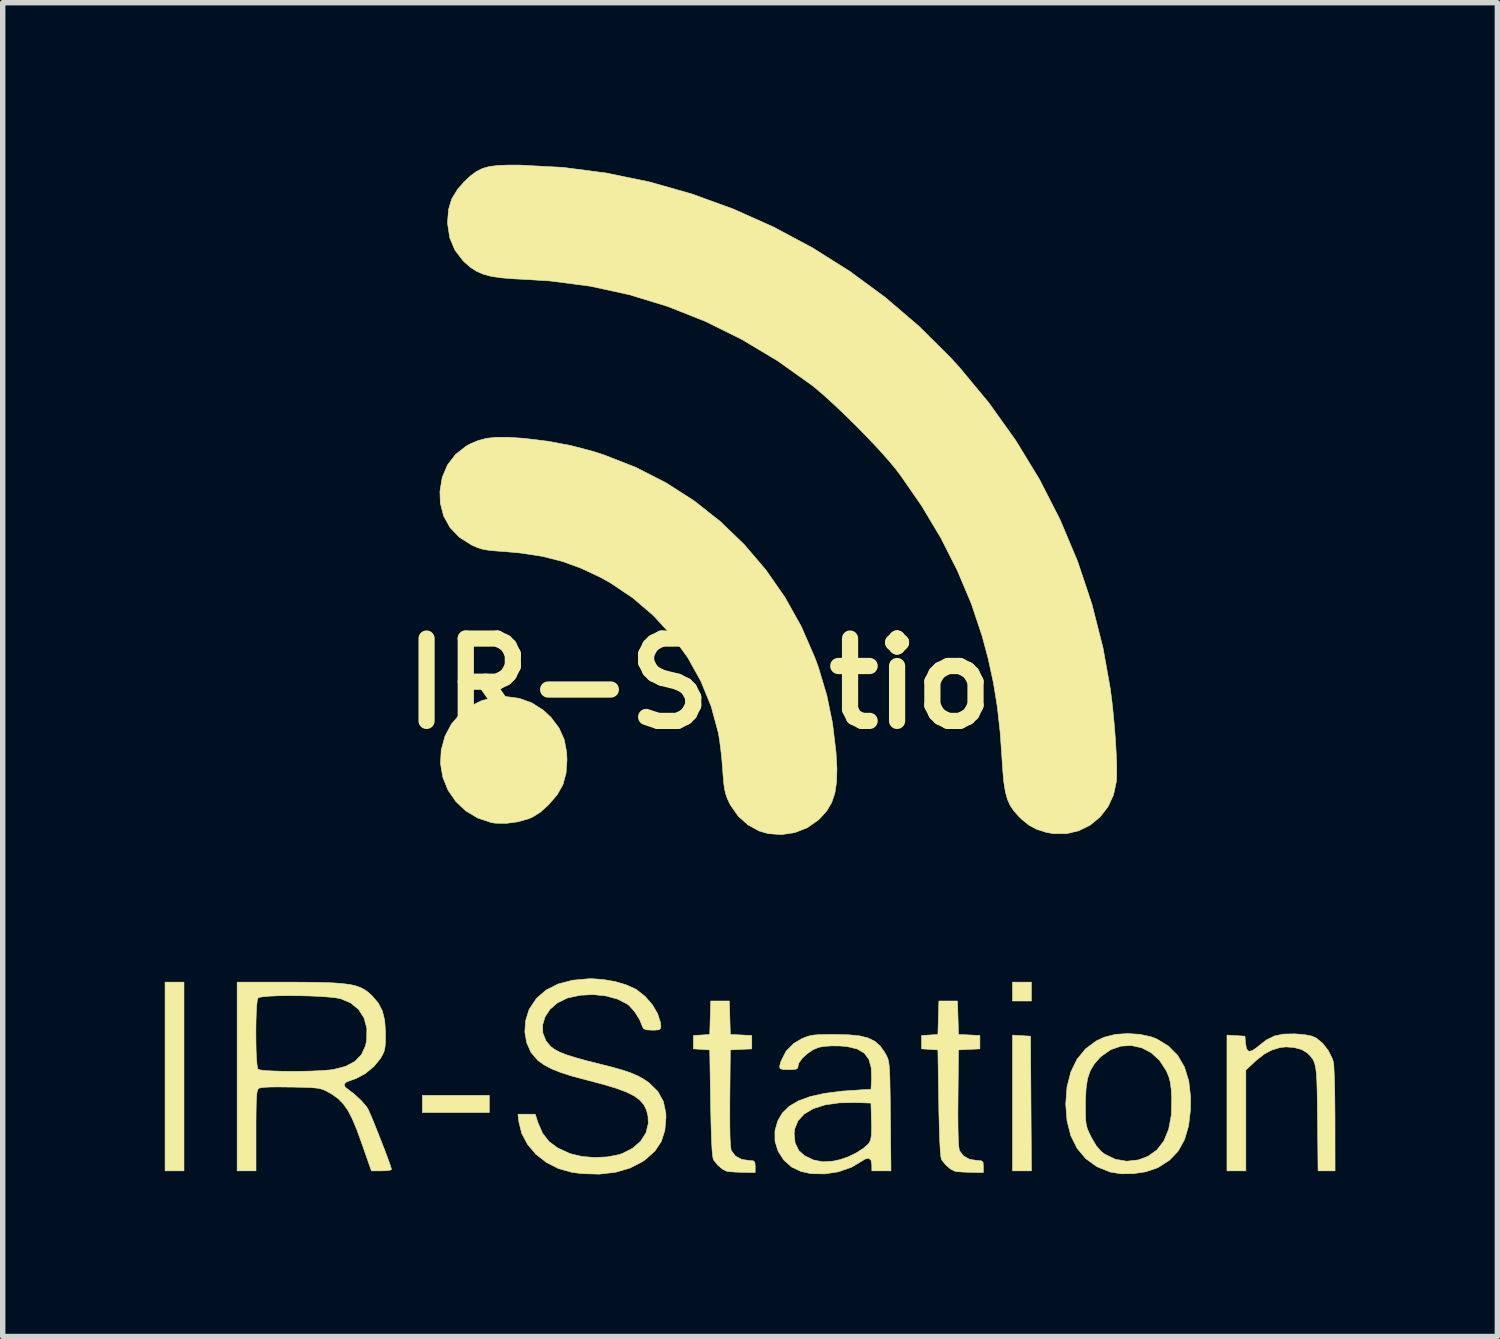
<source format=kicad_pcb>
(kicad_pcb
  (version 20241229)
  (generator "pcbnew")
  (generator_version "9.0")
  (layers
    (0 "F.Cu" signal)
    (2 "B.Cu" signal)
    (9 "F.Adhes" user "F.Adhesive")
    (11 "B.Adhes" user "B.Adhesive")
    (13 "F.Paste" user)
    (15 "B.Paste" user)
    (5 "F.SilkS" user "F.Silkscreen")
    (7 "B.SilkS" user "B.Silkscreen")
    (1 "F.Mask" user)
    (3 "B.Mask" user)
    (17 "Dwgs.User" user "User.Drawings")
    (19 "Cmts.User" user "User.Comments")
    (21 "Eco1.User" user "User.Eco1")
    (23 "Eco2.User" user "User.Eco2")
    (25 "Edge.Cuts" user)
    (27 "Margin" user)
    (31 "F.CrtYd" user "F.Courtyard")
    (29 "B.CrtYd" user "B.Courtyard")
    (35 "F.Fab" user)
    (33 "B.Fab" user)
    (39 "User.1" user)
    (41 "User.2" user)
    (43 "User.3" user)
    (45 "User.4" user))
  (footprint "IR-Station"
    (layer "F.Cu")
    (at 10.578 9.603)
    (property "Reference" "IR-Station" (at 0 0 0) (layer "F.SilkS") (effects (font (size 1.524 1.524) (thickness 0.3))))
    (attr through_hole)
    (fp_poly (pts (xy -10.223 9.017) (xy -10.573 9.017) (xy -10.573 5.524) (xy -10.223 5.524) (xy -10.223 9.017)) (stroke (width 0.01) (type solid)) (fill yes) (layer "F.SilkS"))
    (fp_poly (pts (xy -4.572 7.938) (xy -5.81 7.938) (xy -5.81 7.62) (xy -4.572 7.62) (xy -4.572 7.938)) (stroke (width 0.01) (type solid)) (fill yes) (layer "F.SilkS"))
    (fp_poly (pts (xy 5.461 5.874) (xy 5.112 5.874) (xy 5.112 5.524) (xy 5.461 5.524) (xy 5.461 5.874)) (stroke (width 0.01) (type solid)) (fill yes) (layer "F.SilkS"))
    (fp_poly (pts (xy 5.278 6.515) (xy 5.445 6.525) (xy 5.453 7.771) (xy 5.462 9.017) (xy 5.112 9.017) (xy 5.112 6.505) (xy 5.278 6.515)) (stroke (width 0.01) (type solid)) (fill yes) (layer "F.SilkS"))
    (fp_poly (pts (xy -4.017 0.272) (xy -3.787 0.355) (xy -3.572 0.491) (xy -3.428 0.626) (xy -3.28 0.823) (xy -3.185 1.035) (xy -3.14 1.274) (xy -3.134 1.413) (xy -3.152 1.659) (xy -3.209 1.867) (xy -3.314 2.055) (xy -3.472 2.239) (xy -3.474 2.241) (xy -3.622 2.375) (xy -3.761 2.464) (xy -3.845 2.501) (xy -4.047 2.558) (xy -4.26 2.586) (xy -4.458 2.583) (xy -4.532 2.572) (xy -4.785 2.488) (xy -5.008 2.355) (xy -5.193 2.18) (xy -5.337 1.97) (xy -5.432 1.734) (xy -5.475 1.48) (xy -5.462 1.228) (xy -5.392 0.972) (xy -5.275 0.751) (xy -5.118 0.566) (xy -4.93 0.421) (xy -4.719 0.316) (xy -4.491 0.255) (xy -4.254 0.24) (xy -4.017 0.272)) (stroke (width 0.01) (type solid)) (fill yes) (layer "F.SilkS"))
    (fp_poly (pts (xy -0.12 6.183) (xy -0.111 6.493) (xy 0.087 6.502) (xy 0.286 6.512) (xy 0.286 6.76) (xy 0.087 6.769) (xy -0.111 6.779) (xy -0.12 7.668) (xy -0.121 7.973) (xy -0.12 8.218) (xy -0.116 8.405) (xy -0.109 8.539) (xy -0.098 8.622) (xy -0.091 8.645) (xy -0.019 8.741) (xy 0.096 8.804) (xy 0.237 8.826) (xy 0.312 8.831) (xy 0.343 8.858) (xy 0.349 8.926) (xy 0.349 8.938) (xy 0.349 9.049) (xy 0.119 9.045) (xy -0.004 9.041) (xy -0.109 9.034) (xy -0.174 9.026) (xy -0.175 9.026) (xy -0.258 8.984) (xy -0.347 8.908) (xy -0.419 8.818) (xy -0.424 8.811) (xy -0.436 8.757) (xy -0.448 8.642) (xy -0.458 8.466) (xy -0.466 8.227) (xy -0.473 7.926) (xy -0.476 7.763) (xy -0.492 6.779) (xy -0.643 6.769) (xy -0.794 6.759) (xy -0.794 6.512) (xy -0.643 6.503) (xy -0.492 6.493) (xy -0.483 6.183) (xy -0.474 5.874) (xy -0.129 5.874) (xy -0.12 6.183)) (stroke (width 0.01) (type solid)) (fill yes) (layer "F.SilkS"))
    (fp_poly (pts (xy 4.103 6.183) (xy 4.112 6.493) (xy 4.31 6.502) (xy 4.508 6.512) (xy 4.508 6.76) (xy 4.31 6.769) (xy 4.112 6.779) (xy 4.103 7.668) (xy 4.101 7.973) (xy 4.103 8.218) (xy 4.107 8.405) (xy 4.114 8.539) (xy 4.125 8.622) (xy 4.131 8.645) (xy 4.203 8.741) (xy 4.319 8.804) (xy 4.459 8.826) (xy 4.534 8.831) (xy 4.566 8.858) (xy 4.572 8.926) (xy 4.572 8.938) (xy 4.572 9.049) (xy 4.342 9.045) (xy 4.218 9.041) (xy 4.113 9.034) (xy 4.049 9.026) (xy 4.048 9.026) (xy 3.965 8.984) (xy 3.876 8.908) (xy 3.804 8.818) (xy 3.799 8.811) (xy 3.786 8.757) (xy 3.775 8.642) (xy 3.765 8.466) (xy 3.757 8.227) (xy 3.749 7.926) (xy 3.747 7.763) (xy 3.731 6.779) (xy 3.58 6.769) (xy 3.429 6.759) (xy 3.429 6.512) (xy 3.58 6.503) (xy 3.731 6.493) (xy 3.74 6.183) (xy 3.749 5.874) (xy 4.093 5.874) (xy 4.103 6.183)) (stroke (width 0.01) (type solid)) (fill yes) (layer "F.SilkS"))
    (fp_poly (pts (xy 10.349 6.483) (xy 10.52 6.497) (xy 10.643 6.521) (xy 10.733 6.559) (xy 10.852 6.657) (xy 10.958 6.794) (xy 11.033 6.945) (xy 11.05 7.003) (xy 11.058 7.066) (xy 11.064 7.184) (xy 11.07 7.346) (xy 11.075 7.545) (xy 11.078 7.769) (xy 11.08 8.012) (xy 11.08 8.072) (xy 11.081 9.017) (xy 10.767 9.017) (xy 10.757 8.057) (xy 10.754 7.77) (xy 10.75 7.539) (xy 10.744 7.357) (xy 10.736 7.216) (xy 10.723 7.11) (xy 10.704 7.029) (xy 10.68 6.968) (xy 10.647 6.918) (xy 10.606 6.873) (xy 10.566 6.834) (xy 10.463 6.772) (xy 10.322 6.734) (xy 10.17 6.723) (xy 10.06 6.736) (xy 9.907 6.783) (xy 9.77 6.856) (xy 9.627 6.969) (xy 9.584 7.009) (xy 9.43 7.152) (xy 9.43 9.017) (xy 9.081 9.017) (xy 9.081 6.505) (xy 9.247 6.515) (xy 9.414 6.525) (xy 9.424 6.657) (xy 9.443 6.76) (xy 9.483 6.805) (xy 9.548 6.794) (xy 9.642 6.728) (xy 9.66 6.712) (xy 9.81 6.595) (xy 9.959 6.521) (xy 10.127 6.486) (xy 10.333 6.482) (xy 10.349 6.483)) (stroke (width 0.01) (type solid)) (fill yes) (layer "F.SilkS"))
    (fp_poly (pts (xy 7.474 6.492) (xy 7.687 6.539) (xy 7.781 6.576) (xy 7.999 6.709) (xy 8.17 6.882) (xy 8.294 7.096) (xy 8.374 7.354) (xy 8.408 7.655) (xy 8.406 7.879) (xy 8.371 8.182) (xy 8.296 8.438) (xy 8.179 8.65) (xy 8.019 8.819) (xy 7.814 8.951) (xy 7.772 8.97) (xy 7.575 9.035) (xy 7.349 9.069) (xy 7.123 9.072) (xy 6.922 9.04) (xy 6.919 9.039) (xy 6.673 8.94) (xy 6.469 8.793) (xy 6.308 8.602) (xy 6.191 8.368) (xy 6.121 8.093) (xy 6.098 7.798) (xy 6.461 7.798) (xy 6.462 7.961) (xy 6.466 8.078) (xy 6.477 8.165) (xy 6.497 8.239) (xy 6.531 8.317) (xy 6.572 8.4) (xy 6.66 8.551) (xy 6.751 8.656) (xy 6.817 8.708) (xy 7.014 8.803) (xy 7.225 8.839) (xy 7.441 8.815) (xy 7.62 8.748) (xy 7.786 8.629) (xy 7.914 8.462) (xy 8.002 8.246) (xy 8.051 7.985) (xy 8.058 7.679) (xy 8.058 7.663) (xy 8.048 7.499) (xy 8.032 7.378) (xy 8.006 7.279) (xy 7.966 7.183) (xy 7.957 7.164) (xy 7.834 6.974) (xy 7.68 6.832) (xy 7.503 6.74) (xy 7.313 6.698) (xy 7.119 6.709) (xy 6.929 6.775) (xy 6.754 6.897) (xy 6.728 6.922) (xy 6.625 7.039) (xy 6.552 7.162) (xy 6.502 7.305) (xy 6.474 7.48) (xy 6.462 7.7) (xy 6.461 7.798) (xy 6.098 7.798) (xy 6.097 7.779) (xy 6.12 7.466) (xy 6.19 7.19) (xy 6.305 6.953) (xy 6.463 6.76) (xy 6.661 6.613) (xy 6.812 6.543) (xy 7.013 6.492) (xy 7.242 6.476) (xy 7.474 6.492)) (stroke (width 0.01) (type solid)) (fill yes) (layer "F.SilkS"))
    (fp_poly (pts (xy -3.964 -4.543) (xy -3.937 -4.541) (xy -3.484 -4.486) (xy -3.067 -4.408) (xy -2.659 -4.301) (xy -2.445 -4.232) (xy -1.858 -4.002) (xy -1.302 -3.718) (xy -0.78 -3.383) (xy -0.296 -3.001) (xy 0.147 -2.574) (xy 0.547 -2.105) (xy 0.9 -1.598) (xy 1.204 -1.055) (xy 1.454 -0.48) (xy 1.522 -0.294) (xy 1.674 0.216) (xy 1.78 0.73) (xy 1.845 1.273) (xy 1.845 1.274) (xy 1.862 1.573) (xy 1.855 1.82) (xy 1.824 2.027) (xy 1.765 2.201) (xy 1.676 2.352) (xy 1.554 2.489) (xy 1.515 2.526) (xy 1.313 2.667) (xy 1.082 2.757) (xy 0.837 2.794) (xy 0.591 2.776) (xy 0.424 2.728) (xy 0.216 2.615) (xy 0.035 2.452) (xy -0.107 2.25) (xy -0.127 2.212) (xy -0.168 2.123) (xy -0.197 2.04) (xy -0.218 1.948) (xy -0.234 1.831) (xy -0.247 1.672) (xy -0.253 1.586) (xy -0.268 1.399) (xy -0.289 1.207) (xy -0.312 1.034) (xy -0.334 0.905) (xy -0.466 0.419) (xy -0.656 -0.044) (xy -0.899 -0.482) (xy -1.193 -0.888) (xy -1.533 -1.258) (xy -1.915 -1.586) (xy -2.336 -1.868) (xy -2.512 -1.966) (xy -2.868 -2.134) (xy -3.22 -2.262) (xy -3.585 -2.355) (xy -3.981 -2.416) (xy -4.286 -2.444) (xy -4.466 -2.457) (xy -4.597 -2.471) (xy -4.698 -2.489) (xy -4.783 -2.515) (xy -4.869 -2.552) (xy -4.907 -2.57) (xy -5.128 -2.711) (xy -5.299 -2.889) (xy -5.416 -3.1) (xy -5.478 -3.34) (xy -5.486 -3.558) (xy -5.443 -3.819) (xy -5.346 -4.048) (xy -5.198 -4.241) (xy -5.001 -4.396) (xy -4.921 -4.44) (xy -4.775 -4.501) (xy -4.619 -4.541) (xy -4.44 -4.56) (xy -4.226 -4.56) (xy -3.964 -4.543)) (stroke (width 0.01) (type solid)) (fill yes) (layer "F.SilkS"))
    (fp_poly (pts (xy -4.016 -9.598) (xy -3.207 -9.555) (xy -2.403 -9.45) (xy -1.607 -9.286) (xy -0.825 -9.064) (xy -0.059 -8.786) (xy 0.686 -8.453) (xy 1.407 -8.068) (xy 2.098 -7.633) (xy 2.756 -7.149) (xy 3.378 -6.617) (xy 3.958 -6.041) (xy 4.126 -5.858) (xy 4.676 -5.195) (xy 5.171 -4.502) (xy 5.61 -3.782) (xy 5.992 -3.035) (xy 6.316 -2.265) (xy 6.581 -1.472) (xy 6.787 -0.66) (xy 6.919 0.079) (xy 6.95 0.313) (xy 6.977 0.567) (xy 7.001 0.83) (xy 7.02 1.088) (xy 7.033 1.33) (xy 7.04 1.544) (xy 7.04 1.716) (xy 7.034 1.81) (xy 6.981 2.06) (xy 6.877 2.282) (xy 6.73 2.47) (xy 6.549 2.619) (xy 6.339 2.723) (xy 6.11 2.777) (xy 5.867 2.777) (xy 5.731 2.751) (xy 5.559 2.696) (xy 5.419 2.622) (xy 5.285 2.513) (xy 5.228 2.458) (xy 5.139 2.358) (xy 5.069 2.255) (xy 5.017 2.139) (xy 4.979 1.999) (xy 4.951 1.824) (xy 4.931 1.604) (xy 4.919 1.413) (xy 4.883 0.9) (xy 4.831 0.431) (xy 4.759 -0.013) (xy 4.664 -0.452) (xy 4.552 -0.873) (xy 4.35 -1.479) (xy 4.092 -2.091) (xy 3.784 -2.698) (xy 3.431 -3.289) (xy 3.04 -3.854) (xy 2.953 -3.969) (xy 2.823 -4.126) (xy 2.655 -4.314) (xy 2.461 -4.522) (xy 2.25 -4.738) (xy 2.033 -4.953) (xy 1.82 -5.155) (xy 1.624 -5.334) (xy 1.453 -5.48) (xy 1.397 -5.524) (xy 0.765 -5.974) (xy 0.109 -6.367) (xy -0.569 -6.703) (xy -1.266 -6.98) (xy -1.979 -7.198) (xy -2.704 -7.356) (xy -3.44 -7.452) (xy -3.861 -7.479) (xy -4.138 -7.493) (xy -4.362 -7.512) (xy -4.543 -7.54) (xy -4.689 -7.58) (xy -4.812 -7.634) (xy -4.921 -7.705) (xy -5.025 -7.796) (xy -5.059 -7.829) (xy -5.209 -8.025) (xy -5.304 -8.252) (xy -5.343 -8.507) (xy -5.344 -8.541) (xy -5.327 -8.772) (xy -5.268 -8.97) (xy -5.158 -9.151) (xy -5.035 -9.29) (xy -4.92 -9.398) (xy -4.812 -9.478) (xy -4.699 -9.535) (xy -4.57 -9.571) (xy -4.411 -9.591) (xy -4.21 -9.598) (xy -4.016 -9.598)) (stroke (width 0.01) (type solid)) (fill yes) (layer "F.SilkS"))
    (fp_poly (pts (xy 2.08 6.499) (xy 2.281 6.519) (xy 2.439 6.558) (xy 2.562 6.618) (xy 2.661 6.705) (xy 2.744 6.821) (xy 2.772 6.87) (xy 2.791 6.909) (xy 2.807 6.949) (xy 2.819 6.999) (xy 2.828 7.066) (xy 2.835 7.156) (xy 2.841 7.278) (xy 2.844 7.438) (xy 2.848 7.645) (xy 2.851 7.905) (xy 2.852 8.009) (xy 2.862 9.017) (xy 2.508 9.017) (xy 2.508 8.909) (xy 2.492 8.818) (xy 2.445 8.782) (xy 2.373 8.803) (xy 2.344 8.824) (xy 2.135 8.949) (xy 1.893 9.034) (xy 1.635 9.074) (xy 1.379 9.068) (xy 1.196 9.029) (xy 1.02 8.944) (xy 0.877 8.815) (xy 0.773 8.653) (xy 0.716 8.471) (xy 0.715 8.324) (xy 1.07 8.324) (xy 1.088 8.501) (xy 1.157 8.642) (xy 1.261 8.736) (xy 1.429 8.817) (xy 1.601 8.85) (xy 1.793 8.837) (xy 1.922 8.809) (xy 2.073 8.757) (xy 2.223 8.683) (xy 2.354 8.599) (xy 2.447 8.515) (xy 2.464 8.492) (xy 2.487 8.438) (xy 2.5 8.352) (xy 2.504 8.223) (xy 2.501 8.092) (xy 2.492 7.763) (xy 2.207 7.753) (xy 1.902 7.759) (xy 1.64 7.797) (xy 1.424 7.866) (xy 1.257 7.965) (xy 1.141 8.091) (xy 1.079 8.244) (xy 1.07 8.324) (xy 0.715 8.324) (xy 0.715 8.281) (xy 0.716 8.273) (xy 0.765 8.097) (xy 0.851 7.948) (xy 0.978 7.823) (xy 1.149 7.722) (xy 1.368 7.642) (xy 1.638 7.582) (xy 1.963 7.541) (xy 2.318 7.517) (xy 2.492 7.509) (xy 2.503 7.318) (xy 2.497 7.112) (xy 2.454 6.954) (xy 2.368 6.838) (xy 2.236 6.761) (xy 2.052 6.717) (xy 1.926 6.706) (xy 1.771 6.704) (xy 1.627 6.713) (xy 1.525 6.731) (xy 1.417 6.777) (xy 1.31 6.85) (xy 1.218 6.936) (xy 1.158 7.021) (xy 1.143 7.077) (xy 1.136 7.115) (xy 1.106 7.135) (xy 1.038 7.143) (xy 0.968 7.144) (xy 0.863 7.141) (xy 0.811 7.125) (xy 0.801 7.084) (xy 0.822 7.004) (xy 0.83 6.982) (xy 0.922 6.801) (xy 1.066 6.657) (xy 1.203 6.576) (xy 1.279 6.543) (xy 1.348 6.52) (xy 1.425 6.505) (xy 1.523 6.497) (xy 1.658 6.494) (xy 1.826 6.493) (xy 2.08 6.499)) (stroke (width 0.01) (type solid)) (fill yes) (layer "F.SilkS"))
    (fp_poly (pts (xy -2.46 5.476) (xy -2.241 5.515) (xy -2.037 5.575) (xy -1.87 5.65) (xy -1.845 5.665) (xy -1.687 5.789) (xy -1.555 5.942) (xy -1.457 6.107) (xy -1.404 6.271) (xy -1.397 6.346) (xy -1.404 6.386) (xy -1.436 6.406) (xy -1.509 6.413) (xy -1.557 6.413) (xy -1.658 6.408) (xy -1.712 6.389) (xy -1.733 6.358) (xy -1.792 6.214) (xy -1.881 6.073) (xy -1.981 5.96) (xy -2.019 5.93) (xy -2.197 5.839) (xy -2.412 5.78) (xy -2.649 5.755) (xy -2.887 5.767) (xy -3.112 5.815) (xy -3.139 5.824) (xy -3.314 5.911) (xy -3.449 6.028) (xy -3.54 6.167) (xy -3.585 6.316) (xy -3.581 6.467) (xy -3.523 6.611) (xy -3.439 6.713) (xy -3.37 6.766) (xy -3.278 6.816) (xy -3.154 6.866) (xy -2.991 6.918) (xy -2.78 6.977) (xy -2.552 7.034) (xy -2.303 7.097) (xy -2.105 7.153) (xy -1.948 7.206) (xy -1.822 7.261) (xy -1.714 7.32) (xy -1.615 7.388) (xy -1.611 7.392) (xy -1.453 7.548) (xy -1.351 7.732) (xy -1.305 7.947) (xy -1.302 8.027) (xy -1.323 8.27) (xy -1.389 8.474) (xy -1.505 8.649) (xy -1.678 8.805) (xy -1.738 8.847) (xy -1.966 8.965) (xy -2.234 9.043) (xy -2.534 9.078) (xy -2.855 9.069) (xy -3.038 9.046) (xy -3.287 8.977) (xy -3.513 8.863) (xy -3.708 8.711) (xy -3.863 8.529) (xy -3.972 8.324) (xy -4.024 8.112) (xy -4.041 7.969) (xy -3.722 7.969) (xy -3.669 8.132) (xy -3.585 8.323) (xy -3.466 8.475) (xy -3.304 8.595) (xy -3.09 8.693) (xy -3.065 8.702) (xy -2.858 8.751) (xy -2.624 8.77) (xy -2.386 8.759) (xy -2.171 8.717) (xy -2.111 8.697) (xy -1.919 8.599) (xy -1.771 8.469) (xy -1.672 8.314) (xy -1.629 8.141) (xy -1.635 8.003) (xy -1.664 7.889) (xy -1.713 7.791) (xy -1.789 7.705) (xy -1.897 7.627) (xy -2.043 7.555) (xy -2.235 7.485) (xy -2.477 7.413) (xy -2.764 7.337) (xy -3.033 7.266) (xy -3.248 7.198) (xy -3.42 7.129) (xy -3.558 7.056) (xy -3.672 6.974) (xy -3.676 6.97) (xy -3.799 6.827) (xy -3.879 6.649) (xy -3.914 6.45) (xy -3.901 6.243) (xy -3.839 6.041) (xy -3.828 6.019) (xy -3.699 5.825) (xy -3.522 5.672) (xy -3.299 5.559) (xy -3.03 5.489) (xy -2.719 5.461) (xy -2.673 5.461) (xy -2.46 5.476)) (stroke (width 0.01) (type solid)) (fill yes) (layer "F.SilkS"))
    (fp_poly (pts (xy -7.979 5.526) (xy -7.706 5.529) (xy -7.482 5.537) (xy -7.301 5.55) (xy -7.156 5.568) (xy -7.04 5.594) (xy -6.946 5.629) (xy -6.867 5.672) (xy -6.796 5.727) (xy -6.741 5.778) (xy -6.626 5.913) (xy -6.55 6.06) (xy -6.508 6.234) (xy -6.493 6.452) (xy -6.493 6.48) (xy -6.494 6.625) (xy -6.502 6.726) (xy -6.518 6.802) (xy -6.549 6.871) (xy -6.589 6.94) (xy -6.709 7.087) (xy -6.867 7.217) (xy -7.041 7.31) (xy -7.114 7.335) (xy -7.218 7.374) (xy -7.26 7.417) (xy -7.239 7.467) (xy -7.21 7.491) (xy -7.073 7.596) (xy -6.948 7.711) (xy -6.853 7.819) (xy -6.827 7.856) (xy -6.8 7.911) (xy -6.756 8.011) (xy -6.701 8.143) (xy -6.64 8.296) (xy -6.576 8.458) (xy -6.514 8.618) (xy -6.459 8.763) (xy -6.416 8.883) (xy -6.389 8.964) (xy -6.382 8.993) (xy -6.411 9.006) (xy -6.485 9.015) (xy -6.568 9.017) (xy -6.754 9.017) (xy -6.935 8.5) (xy -7.026 8.25) (xy -7.109 8.052) (xy -7.189 7.898) (xy -7.273 7.779) (xy -7.366 7.684) (xy -7.474 7.606) (xy -7.525 7.576) (xy -7.589 7.54) (xy -7.646 7.514) (xy -7.706 7.496) (xy -7.781 7.484) (xy -7.882 7.476) (xy -8.022 7.471) (xy -8.211 7.467) (xy -8.249 7.467) (xy -8.473 7.464) (xy -8.639 7.466) (xy -8.753 7.472) (xy -8.822 7.484) (xy -8.844 7.494) (xy -8.859 7.517) (xy -8.871 7.561) (xy -8.879 7.635) (xy -8.885 7.745) (xy -8.888 7.898) (xy -8.89 8.103) (xy -8.89 8.275) (xy -8.89 9.017) (xy -9.239 9.017) (xy -9.239 6.434) (xy -8.892 6.434) (xy -8.891 6.615) (xy -8.888 6.786) (xy -8.881 6.936) (xy -8.871 7.052) (xy -8.859 7.123) (xy -8.852 7.137) (xy -8.807 7.151) (xy -8.71 7.162) (xy -8.573 7.169) (xy -8.406 7.174) (xy -8.222 7.176) (xy -8.032 7.174) (xy -7.847 7.17) (xy -7.678 7.162) (xy -7.538 7.151) (xy -7.461 7.142) (xy -7.234 7.084) (xy -7.06 6.992) (xy -6.937 6.865) (xy -6.862 6.7) (xy -6.842 6.603) (xy -6.838 6.382) (xy -6.889 6.19) (xy -6.991 6.03) (xy -7.142 5.907) (xy -7.323 5.832) (xy -7.416 5.814) (xy -7.552 5.8) (xy -7.719 5.788) (xy -7.907 5.78) (xy -8.104 5.776) (xy -8.299 5.775) (xy -8.481 5.777) (xy -8.638 5.784) (xy -8.76 5.794) (xy -8.835 5.808) (xy -8.852 5.817) (xy -8.866 5.862) (xy -8.877 5.958) (xy -8.885 6.094) (xy -8.89 6.256) (xy -8.892 6.434) (xy -9.239 6.434) (xy -9.239 5.524) (xy -8.308 5.524) (xy -7.979 5.526)) (stroke (width 0.01) (type solid)) (fill yes) (layer "F.SilkS")))
  (gr_rect
    (start -3 -3)
    (end 24.663 21.686)
    (stroke (width 0.1) (type default))
    (fill no)
    (layer "Edge.Cuts")))
</source>
